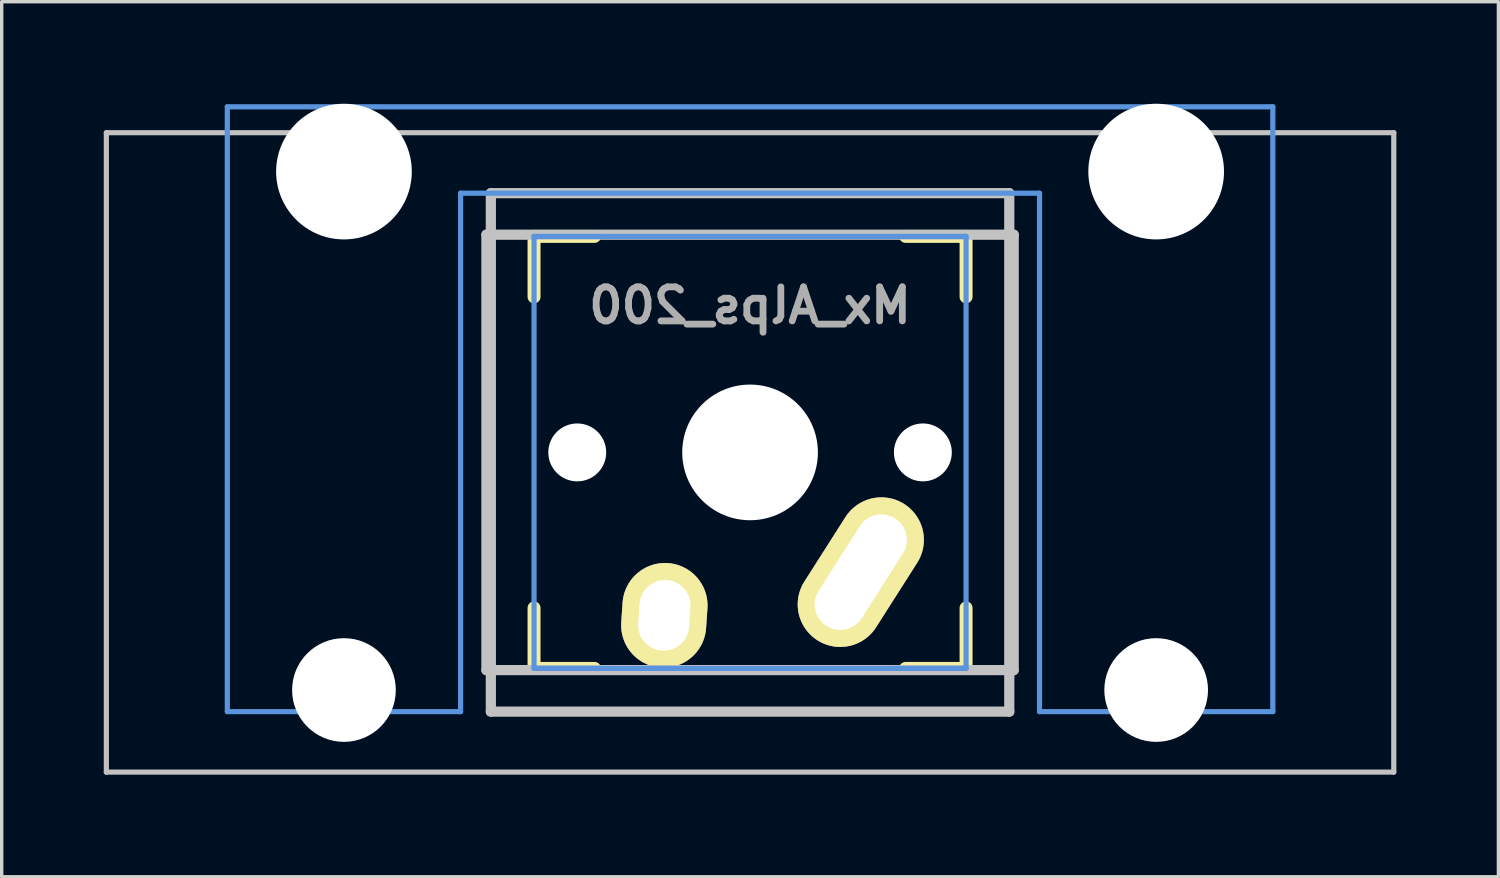
<source format=kicad_pcb>
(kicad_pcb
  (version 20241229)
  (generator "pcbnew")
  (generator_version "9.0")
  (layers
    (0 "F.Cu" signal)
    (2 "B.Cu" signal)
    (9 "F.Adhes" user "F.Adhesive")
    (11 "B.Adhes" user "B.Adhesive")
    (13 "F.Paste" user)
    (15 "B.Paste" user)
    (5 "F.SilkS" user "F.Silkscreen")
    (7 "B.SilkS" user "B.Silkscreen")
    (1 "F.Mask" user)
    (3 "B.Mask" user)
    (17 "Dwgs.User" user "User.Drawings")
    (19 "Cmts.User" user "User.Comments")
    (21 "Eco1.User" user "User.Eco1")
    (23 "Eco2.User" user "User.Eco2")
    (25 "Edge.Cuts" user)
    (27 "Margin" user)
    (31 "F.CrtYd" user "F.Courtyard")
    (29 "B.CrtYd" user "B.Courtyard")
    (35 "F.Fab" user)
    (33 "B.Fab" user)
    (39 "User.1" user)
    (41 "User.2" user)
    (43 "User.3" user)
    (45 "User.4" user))
  (footprint "Mx_Alps_200"
    (layer "F.Cu")
    (at 18.999 6.261)
    (property "Reference" "Mx_Alps_200" (at 0 -0.33 180) (layer "F.Fab") (effects (font (size 1 1) (thickness 0.2)) (justify mirror)))
    (attr through_hole)
    (fp_line (start -6.35 -2.362) (end -4.572 -2.362) (stroke (width 0.381) (type solid)) (layer "F.SilkS"))
    (fp_line (start -6.35 -0.584) (end -6.35 -2.362) (stroke (width 0.381) (type solid)) (layer "F.SilkS"))
    (fp_line (start -6.35 10.338) (end -6.35 8.56) (stroke (width 0.381) (type solid)) (layer "F.SilkS"))
    (fp_line (start -4.572 10.338) (end -6.35 10.338) (stroke (width 0.381) (type solid)) (layer "F.SilkS"))
    (fp_line (start 4.572 -2.362) (end 6.35 -2.362) (stroke (width 0.381) (type solid)) (layer "F.SilkS"))
    (fp_line (start 6.35 -2.362) (end 6.35 -0.584) (stroke (width 0.381) (type solid)) (layer "F.SilkS"))
    (fp_line (start 6.35 8.56) (end 6.35 10.338) (stroke (width 0.381) (type solid)) (layer "F.SilkS"))
    (fp_line (start 6.35 10.338) (end 4.572 10.338) (stroke (width 0.381) (type solid)) (layer "F.SilkS"))
    (fp_line (start -18.923 -5.41) (end 18.923 -5.41) (stroke (width 0.152) (type solid)) (layer "Dwgs.User"))
    (fp_line (start -18.923 13.386) (end -18.923 -5.41) (stroke (width 0.152) (type solid)) (layer "Dwgs.User"))
    (fp_line (start -7.75 -2.412) (end -7.75 10.388) (stroke (width 0.3) (type solid)) (layer "Dwgs.User"))
    (fp_line (start -7.75 10.388) (end 7.75 10.388) (stroke (width 0.3) (type solid)) (layer "Dwgs.User"))
    (fp_line (start -7.62 -3.632) (end 7.62 -3.632) (stroke (width 0.3) (type solid)) (layer "Dwgs.User"))
    (fp_line (start -7.62 11.608) (end -7.62 -3.632) (stroke (width 0.3) (type solid)) (layer "Dwgs.User"))
    (fp_line (start 7.62 -3.632) (end 7.62 11.608) (stroke (width 0.3) (type solid)) (layer "Dwgs.User"))
    (fp_line (start 7.62 11.608) (end -7.62 11.608) (stroke (width 0.3) (type solid)) (layer "Dwgs.User"))
    (fp_line (start 7.75 -2.412) (end -7.75 -2.412) (stroke (width 0.3) (type solid)) (layer "Dwgs.User"))
    (fp_line (start 7.75 -2.412) (end 7.75 10.388) (stroke (width 0.3) (type solid)) (layer "Dwgs.User"))
    (fp_line (start 18.923 -5.41) (end 18.923 13.386) (stroke (width 0.152) (type solid)) (layer "Dwgs.User"))
    (fp_line (start 18.923 13.386) (end -18.923 13.386) (stroke (width 0.152) (type solid)) (layer "Dwgs.User"))
    (fp_line (start -15.367 -6.172) (end -15.367 11.608) (stroke (width 0.152) (type solid)) (layer "Cmts.User"))
    (fp_line (start -15.367 11.608) (end -8.509 11.608) (stroke (width 0.152) (type solid)) (layer "Cmts.User"))
    (fp_line (start -8.509 -3.632) (end 8.509 -3.632) (stroke (width 0.152) (type solid)) (layer "Cmts.User"))
    (fp_line (start -8.509 11.608) (end -8.509 -3.632) (stroke (width 0.152) (type solid)) (layer "Cmts.User"))
    (fp_line (start -6.35 -2.362) (end 6.35 -2.362) (stroke (width 0.152) (type solid)) (layer "Cmts.User"))
    (fp_line (start -6.35 10.338) (end -6.35 -2.362) (stroke (width 0.152) (type solid)) (layer "Cmts.User"))
    (fp_line (start 6.35 -2.362) (end 6.35 10.338) (stroke (width 0.152) (type solid)) (layer "Cmts.User"))
    (fp_line (start 6.35 10.338) (end -6.35 10.338) (stroke (width 0.152) (type solid)) (layer "Cmts.User"))
    (fp_line (start 8.509 -3.632) (end 8.509 11.608) (stroke (width 0.152) (type solid)) (layer "Cmts.User"))
    (fp_line (start 8.509 11.608) (end 15.367 11.608) (stroke (width 0.152) (type solid)) (layer "Cmts.User"))
    (fp_line (start 15.367 -6.172) (end -15.367 -6.172) (stroke (width 0.152) (type solid)) (layer "Cmts.User"))
    (fp_line (start 15.367 11.608) (end 15.367 -6.172) (stroke (width 0.152) (type solid)) (layer "Cmts.User"))
    (fp_line (start -16.129 3.48) (end -15.265 3.48) (stroke (width 0.152) (type solid)) (layer "Eco2.User"))
    (fp_line (start -16.129 6.274) (end -16.129 3.48) (stroke (width 0.152) (type solid)) (layer "Eco2.User"))
    (fp_line (start -15.265 -2.616) (end -14.224 -2.616) (stroke (width 0.152) (type solid)) (layer "Eco2.User"))
    (fp_line (start -15.265 3.48) (end -15.265 -2.616) (stroke (width 0.152) (type solid)) (layer "Eco2.User"))
    (fp_line (start -15.265 6.274) (end -16.129 6.274) (stroke (width 0.152) (type solid)) (layer "Eco2.User"))
    (fp_line (start -15.265 9.677) (end -15.265 6.274) (stroke (width 0.152) (type solid)) (layer "Eco2.User"))
    (fp_line (start -14.224 -3.785) (end -9.652 -3.785) (stroke (width 0.152) (type solid)) (layer "Eco2.User"))
    (fp_line (start -14.224 -2.616) (end -14.224 -3.785) (stroke (width 0.152) (type solid)) (layer "Eco2.User"))
    (fp_line (start -9.652 -3.785) (end -9.652 -2.616) (stroke (width 0.152) (type solid)) (layer "Eco2.User"))
    (fp_line (start -9.652 -2.616) (end -8.611 -2.616) (stroke (width 0.152) (type solid)) (layer "Eco2.User"))
    (fp_line (start -8.611 -2.616) (end -8.611 -1.829) (stroke (width 0.152) (type solid)) (layer "Eco2.User"))
    (fp_line (start -8.611 -1.829) (end -6.985 -1.829) (stroke (width 0.152) (type solid)) (layer "Eco2.User"))
    (fp_line (start -8.611 8.865) (end -8.611 9.677) (stroke (width 0.152) (type solid)) (layer "Eco2.User"))
    (fp_line (start -8.611 9.677) (end -15.265 9.677) (stroke (width 0.152) (type solid)) (layer "Eco2.User"))
    (fp_line (start -6.985 -2.997) (end 6.985 -2.997) (stroke (width 0.152) (type solid)) (layer "Eco2.User"))
    (fp_line (start -6.985 -1.829) (end -6.985 -2.997) (stroke (width 0.152) (type solid)) (layer "Eco2.User"))
    (fp_line (start -6.985 8.865) (end -8.611 8.865) (stroke (width 0.152) (type solid)) (layer "Eco2.User"))
    (fp_line (start -6.985 10.973) (end -6.985 8.865) (stroke (width 0.152) (type solid)) (layer "Eco2.User"))
    (fp_line (start 6.985 -2.997) (end 6.985 -1.829) (stroke (width 0.152) (type solid)) (layer "Eco2.User"))
    (fp_line (start 6.985 -1.829) (end 8.611 -1.829) (stroke (width 0.152) (type solid)) (layer "Eco2.User"))
    (fp_line (start 6.985 8.865) (end 6.985 10.973) (stroke (width 0.152) (type solid)) (layer "Eco2.User"))
    (fp_line (start 6.985 10.973) (end -6.985 10.973) (stroke (width 0.152) (type solid)) (layer "Eco2.User"))
    (fp_line (start 8.611 -2.616) (end 9.652 -2.616) (stroke (width 0.152) (type solid)) (layer "Eco2.User"))
    (fp_line (start 8.611 -1.829) (end 8.611 -2.616) (stroke (width 0.152) (type solid)) (layer "Eco2.User"))
    (fp_line (start 8.611 8.865) (end 6.985 8.865) (stroke (width 0.152) (type solid)) (layer "Eco2.User"))
    (fp_line (start 8.611 9.677) (end 8.611 8.865) (stroke (width 0.152) (type solid)) (layer "Eco2.User"))
    (fp_line (start 9.652 -3.785) (end 14.224 -3.785) (stroke (width 0.152) (type solid)) (layer "Eco2.User"))
    (fp_line (start 9.652 -2.616) (end 9.652 -3.785) (stroke (width 0.152) (type solid)) (layer "Eco2.User"))
    (fp_line (start 14.224 -3.785) (end 14.224 -2.616) (stroke (width 0.152) (type solid)) (layer "Eco2.User"))
    (fp_line (start 14.224 -2.616) (end 15.265 -2.616) (stroke (width 0.152) (type solid)) (layer "Eco2.User"))
    (fp_line (start 15.265 -2.616) (end 15.265 3.48) (stroke (width 0.152) (type solid)) (layer "Eco2.User"))
    (fp_line (start 15.265 3.48) (end 16.129 3.48) (stroke (width 0.152) (type solid)) (layer "Eco2.User"))
    (fp_line (start 15.265 6.274) (end 15.265 9.677) (stroke (width 0.152) (type solid)) (layer "Eco2.User"))
    (fp_line (start 15.265 9.677) (end 8.611 9.677) (stroke (width 0.152) (type solid)) (layer "Eco2.User"))
    (fp_line (start 16.129 3.48) (end 16.129 6.274) (stroke (width 0.152) (type solid)) (layer "Eco2.User"))
    (fp_line (start 16.129 6.274) (end 15.265 6.274) (stroke (width 0.152) (type solid)) (layer "Eco2.User"))
    (pad "" np_thru_hole circle (at -11.938 -4.267 180) (size 3.988 3.988) (drill 3.988) (layers "*.Cu" "*.Mask"))
    (pad "" np_thru_hole circle (at -11.938 10.973 180) (size 3.048 3.048) (drill 3.048) (layers "*.Cu" "*.Mask"))
    (pad "" np_thru_hole circle (at -5.08 3.988 180) (size 1.702 1.702) (drill 1.702) (layers "*.Cu" "*.Mask"))
    (pad "" np_thru_hole circle (at 0 3.988 180) (size 3.988 3.988) (drill 3.988) (layers "*.Cu" "*.Mask"))
    (pad "" np_thru_hole circle (at 5.08 3.988 180) (size 1.702 1.702) (drill 1.702) (layers "*.Cu" "*.Mask"))
    (pad "" np_thru_hole circle (at 11.938 -4.267 180) (size 3.988 3.988) (drill 3.988) (layers "*.Cu" "*.Mask"))
    (pad "" np_thru_hole circle (at 11.938 10.973 180) (size 3.048 3.048) (drill 3.048) (layers "*.Cu" "*.Mask"))
    (pad "1" thru_hole oval (at 3.255 7.508 147.5) (size 2.5 4.75) (drill oval 1.5 3.75) (layers "*.Cu" "*.Mask" "F.SilkS"))
    (pad "2" thru_hole oval (at -2.52 8.778 176.1) (size 2.5 3.08) (drill oval 1.5 2.08) (layers "*.Cu" "*.Mask" "F.SilkS")))
  (gr_rect
    (start -3 -3)
    (end 40.998 22.723)
    (stroke (width 0.1) (type default))
    (fill no)
    (layer "Edge.Cuts")))
</source>
